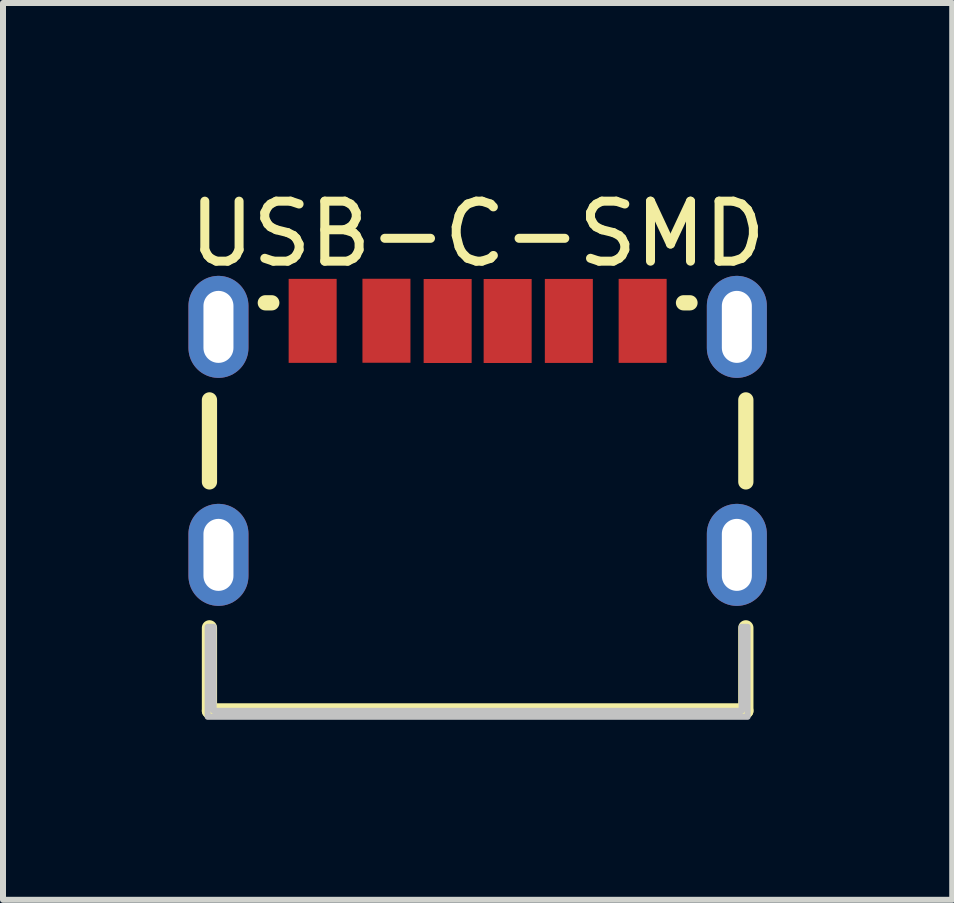
<source format=kicad_pcb>
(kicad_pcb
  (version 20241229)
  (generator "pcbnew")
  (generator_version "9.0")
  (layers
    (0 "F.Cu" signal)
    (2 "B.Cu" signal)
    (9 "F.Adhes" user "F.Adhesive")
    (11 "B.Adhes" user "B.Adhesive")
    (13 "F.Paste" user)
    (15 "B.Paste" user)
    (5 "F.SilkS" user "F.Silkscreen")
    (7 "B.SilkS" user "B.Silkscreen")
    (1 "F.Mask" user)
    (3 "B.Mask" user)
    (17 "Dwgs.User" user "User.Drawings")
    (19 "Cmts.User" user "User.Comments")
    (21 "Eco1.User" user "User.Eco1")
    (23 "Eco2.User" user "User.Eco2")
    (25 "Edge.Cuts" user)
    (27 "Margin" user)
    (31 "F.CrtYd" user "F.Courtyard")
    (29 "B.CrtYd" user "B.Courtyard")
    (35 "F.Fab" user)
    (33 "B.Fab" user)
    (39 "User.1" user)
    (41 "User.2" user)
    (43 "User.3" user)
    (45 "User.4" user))
  (footprint "USB-C-SMD"
    (layer "F.Cu")
    (at 4.911 4.247)
    (property "Reference" "USB-C-SMD" (at 0 -3.399 0) (layer "F.SilkS") (effects (font (size 1 1) (thickness 0.15))))
    (fp_line (start -4.47 0.735) (end -4.47 -0.632) (stroke (width 0.254) (type default)) (layer "F.SilkS"))
    (fp_line (start -4.47 4.551) (end -4.47 3.167) (stroke (width 0.254) (type default)) (layer "F.SilkS"))
    (fp_line (start -3.539 -2.25) (end -3.431 -2.25) (stroke (width 0.254) (type default)) (layer "F.SilkS"))
    (fp_line (start 3.431 -2.25) (end 3.539 -2.25) (stroke (width 0.254) (type default)) (layer "F.SilkS"))
    (fp_line (start 4.47 0.735) (end 4.47 -0.632) (stroke (width 0.254) (type default)) (layer "F.SilkS"))
    (fp_line (start 4.47 4.551) (end -4.47 4.551) (stroke (width 0.254) (type default)) (layer "F.SilkS"))
    (fp_line (start 4.47 4.551) (end 4.47 3.167) (stroke (width 0.254) (type default)) (layer "F.SilkS"))
    (fp_poly (pts (xy -3.15 -2.649) (xy -3.15 -1.249) (xy -2.35 -1.249) (xy -2.35 -2.649)) (stroke (width 0) (type default)) (fill yes) (layer "F.Paste"))
    (fp_poly (pts (xy -1.12 -1.251) (xy -1.12 -2.651) (xy -1.92 -2.651) (xy -1.92 -1.251)) (stroke (width 0) (type default)) (fill yes) (layer "F.Paste"))
    (fp_poly (pts (xy -0.1 -1.247) (xy -0.1 -2.647) (xy -0.9 -2.647) (xy -0.9 -1.247)) (stroke (width 0) (type default)) (fill yes) (layer "F.Paste"))
    (fp_poly (pts (xy 0.9 -1.247) (xy 0.9 -2.647) (xy 0.1 -2.647) (xy 0.1 -1.247)) (stroke (width 0) (type default)) (fill yes) (layer "F.Paste"))
    (fp_poly (pts (xy 1.12 -2.648) (xy 1.12 -1.248) (xy 1.92 -1.248) (xy 1.92 -2.648)) (stroke (width 0) (type default)) (fill yes) (layer "F.Paste"))
    (fp_poly (pts (xy 3.15 -1.249) (xy 3.15 -2.649) (xy 2.35 -2.649) (xy 2.35 -1.249)) (stroke (width 0) (type default)) (fill yes) (layer "F.Paste"))
    (fp_poly (pts (xy -4.332 -2.699) (xy -4.357 -2.698) (xy -4.382 -2.696) (xy -4.407 -2.692) (xy -4.431 -2.687) (xy -4.455 -2.68) (xy -4.479 -2.673) (xy -4.503 -2.664) (xy -4.526 -2.655) (xy -4.548 -2.644) (xy -4.57 -2.632) (xy -4.591 -2.619) (xy -4.612 -2.605) (xy -4.632 -2.59) (xy -4.651 -2.574) (xy -4.669 -2.557) (xy -4.686 -2.539) (xy -4.703 -2.521) (xy -4.718 -2.501) (xy -4.733 -2.481) (xy -4.747 -2.46) (xy -4.759 -2.438) (xy -4.771 -2.416) (xy -4.781 -2.393) (xy -4.79 -2.37) (xy -4.798 -2.346) (xy -4.804 -2.322) (xy -4.81 -2.298) (xy -4.814 -2.273) (xy -4.817 -2.249) (xy -4.819 -2.224) (xy -4.82 -2.199) (xy -4.82 -1.499) (xy -4.819 -1.474) (xy -4.817 -1.45) (xy -4.814 -1.425) (xy -4.81 -1.4) (xy -4.804 -1.376) (xy -4.798 -1.352) (xy -4.79 -1.328) (xy -4.781 -1.305) (xy -4.771 -1.282) (xy -4.759 -1.26) (xy -4.747 -1.238) (xy -4.733 -1.218) (xy -4.718 -1.198) (xy -4.703 -1.178) (xy -4.686 -1.159) (xy -4.669 -1.141) (xy -4.651 -1.125) (xy -4.632 -1.109) (xy -4.612 -1.093) (xy -4.591 -1.079) (xy -4.57 -1.066) (xy -4.548 -1.054) (xy -4.526 -1.044) (xy -4.503 -1.034) (xy -4.479 -1.025) (xy -4.455 -1.018) (xy -4.431 -1.012) (xy -4.407 -1.007) (xy -4.382 -1.003) (xy -4.357 -1) (xy -4.332 -1) (xy -4.308 -1) (xy -4.282 -1) (xy -4.258 -1.003) (xy -4.233 -1.007) (xy -4.209 -1.012) (xy -4.184 -1.018) (xy -4.161 -1.025) (xy -4.138 -1.034) (xy -4.114 -1.044) (xy -4.092 -1.054) (xy -4.07 -1.066) (xy -4.049 -1.079) (xy -4.028 -1.093) (xy -4.008 -1.109) (xy -3.989 -1.125) (xy -3.971 -1.141) (xy -3.954 -1.159) (xy -3.937 -1.178) (xy -3.921 -1.198) (xy -3.907 -1.218) (xy -3.893 -1.238) (xy -3.881 -1.26) (xy -3.869 -1.282) (xy -3.86 -1.305) (xy -3.85 -1.328) (xy -3.842 -1.352) (xy -3.836 -1.376) (xy -3.83 -1.4) (xy -3.825 -1.425) (xy -3.822 -1.45) (xy -3.821 -1.474) (xy -3.82 -1.499) (xy -3.82 -2.199) (xy -3.821 -2.224) (xy -3.822 -2.249) (xy -3.825 -2.273) (xy -3.83 -2.298) (xy -3.836 -2.322) (xy -3.842 -2.346) (xy -3.85 -2.37) (xy -3.86 -2.393) (xy -3.869 -2.416) (xy -3.881 -2.438) (xy -3.893 -2.46) (xy -3.907 -2.481) (xy -3.921 -2.501) (xy -3.937 -2.521) (xy -3.954 -2.539) (xy -3.971 -2.557) (xy -3.989 -2.574) (xy -4.008 -2.59) (xy -4.028 -2.605) (xy -4.049 -2.619) (xy -4.07 -2.632) (xy -4.092 -2.644) (xy -4.114 -2.655) (xy -4.138 -2.664) (xy -4.161 -2.673) (xy -4.184 -2.68) (xy -4.209 -2.687) (xy -4.233 -2.692) (xy -4.258 -2.696) (xy -4.282 -2.698) (xy -4.308 -2.699)) (stroke (width 0) (type default)) (fill yes) (layer "F.Paste"))
    (fp_poly (pts (xy -4.332 1.101) (xy -4.357 1.103) (xy -4.382 1.105) (xy -4.407 1.109) (xy -4.431 1.113) (xy -4.455 1.119) (xy -4.479 1.127) (xy -4.503 1.135) (xy -4.526 1.145) (xy -4.548 1.156) (xy -4.57 1.168) (xy -4.591 1.181) (xy -4.612 1.195) (xy -4.632 1.21) (xy -4.651 1.226) (xy -4.669 1.243) (xy -4.686 1.261) (xy -4.703 1.28) (xy -4.718 1.299) (xy -4.733 1.319) (xy -4.747 1.34) (xy -4.759 1.362) (xy -4.771 1.384) (xy -4.781 1.407) (xy -4.79 1.43) (xy -4.798 1.454) (xy -4.804 1.478) (xy -4.81 1.502) (xy -4.814 1.526) (xy -4.817 1.551) (xy -4.819 1.576) (xy -4.82 1.601) (xy -4.82 2.301) (xy -4.819 2.326) (xy -4.817 2.35) (xy -4.814 2.376) (xy -4.81 2.4) (xy -4.804 2.425) (xy -4.798 2.449) (xy -4.79 2.472) (xy -4.781 2.495) (xy -4.771 2.518) (xy -4.759 2.54) (xy -4.747 2.562) (xy -4.733 2.583) (xy -4.718 2.603) (xy -4.703 2.623) (xy -4.686 2.641) (xy -4.669 2.659) (xy -4.651 2.676) (xy -4.632 2.692) (xy -4.612 2.707) (xy -4.591 2.721) (xy -4.57 2.734) (xy -4.548 2.746) (xy -4.526 2.756) (xy -4.503 2.767) (xy -4.479 2.775) (xy -4.455 2.782) (xy -4.431 2.788) (xy -4.407 2.793) (xy -4.382 2.797) (xy -4.357 2.8) (xy -4.332 2.801) (xy -4.308 2.801) (xy -4.282 2.8) (xy -4.258 2.797) (xy -4.233 2.793) (xy -4.209 2.788) (xy -4.184 2.782) (xy -4.161 2.775) (xy -4.138 2.767) (xy -4.114 2.756) (xy -4.092 2.746) (xy -4.07 2.734) (xy -4.049 2.721) (xy -4.028 2.707) (xy -4.008 2.692) (xy -3.989 2.676) (xy -3.971 2.659) (xy -3.954 2.641) (xy -3.937 2.623) (xy -3.921 2.603) (xy -3.907 2.583) (xy -3.893 2.562) (xy -3.881 2.54) (xy -3.869 2.518) (xy -3.86 2.495) (xy -3.85 2.472) (xy -3.842 2.449) (xy -3.836 2.425) (xy -3.83 2.4) (xy -3.825 2.376) (xy -3.822 2.35) (xy -3.821 2.326) (xy -3.82 2.301) (xy -3.82 1.601) (xy -3.821 1.576) (xy -3.822 1.551) (xy -3.825 1.526) (xy -3.83 1.502) (xy -3.836 1.478) (xy -3.842 1.454) (xy -3.85 1.43) (xy -3.86 1.407) (xy -3.869 1.384) (xy -3.881 1.362) (xy -3.893 1.34) (xy -3.907 1.319) (xy -3.921 1.299) (xy -3.937 1.28) (xy -3.954 1.261) (xy -3.971 1.243) (xy -3.989 1.226) (xy -4.008 1.21) (xy -4.028 1.195) (xy -4.049 1.181) (xy -4.07 1.168) (xy -4.092 1.156) (xy -4.114 1.145) (xy -4.138 1.135) (xy -4.161 1.127) (xy -4.184 1.119) (xy -4.209 1.113) (xy -4.233 1.109) (xy -4.258 1.105) (xy -4.282 1.103) (xy -4.308 1.101)) (stroke (width 0) (type default)) (fill yes) (layer "F.Paste"))
    (fp_poly (pts (xy 4.308 1.101) (xy 4.282 1.103) (xy 4.258 1.105) (xy 4.233 1.109) (xy 4.209 1.113) (xy 4.184 1.119) (xy 4.161 1.127) (xy 4.138 1.135) (xy 4.114 1.145) (xy 4.092 1.156) (xy 4.07 1.168) (xy 4.049 1.181) (xy 4.028 1.195) (xy 4.008 1.21) (xy 3.989 1.226) (xy 3.971 1.243) (xy 3.954 1.261) (xy 3.937 1.28) (xy 3.921 1.299) (xy 3.907 1.319) (xy 3.893 1.34) (xy 3.881 1.362) (xy 3.869 1.384) (xy 3.86 1.407) (xy 3.85 1.43) (xy 3.842 1.454) (xy 3.836 1.478) (xy 3.83 1.502) (xy 3.825 1.526) (xy 3.822 1.551) (xy 3.821 1.576) (xy 3.82 1.601) (xy 3.82 2.301) (xy 3.821 2.326) (xy 3.822 2.35) (xy 3.825 2.376) (xy 3.83 2.4) (xy 3.836 2.425) (xy 3.842 2.449) (xy 3.85 2.472) (xy 3.86 2.495) (xy 3.869 2.518) (xy 3.881 2.54) (xy 3.893 2.562) (xy 3.907 2.583) (xy 3.921 2.603) (xy 3.937 2.623) (xy 3.954 2.641) (xy 3.971 2.659) (xy 3.989 2.676) (xy 4.008 2.692) (xy 4.028 2.707) (xy 4.049 2.721) (xy 4.07 2.734) (xy 4.092 2.746) (xy 4.114 2.756) (xy 4.138 2.767) (xy 4.161 2.775) (xy 4.184 2.782) (xy 4.209 2.788) (xy 4.233 2.793) (xy 4.258 2.797) (xy 4.282 2.8) (xy 4.308 2.801) (xy 4.332 2.801) (xy 4.357 2.8) (xy 4.382 2.797) (xy 4.407 2.793) (xy 4.431 2.788) (xy 4.455 2.782) (xy 4.479 2.775) (xy 4.503 2.767) (xy 4.526 2.756) (xy 4.548 2.746) (xy 4.57 2.734) (xy 4.591 2.721) (xy 4.612 2.707) (xy 4.632 2.692) (xy 4.651 2.676) (xy 4.669 2.659) (xy 4.686 2.641) (xy 4.703 2.623) (xy 4.718 2.603) (xy 4.733 2.583) (xy 4.747 2.562) (xy 4.759 2.54) (xy 4.771 2.518) (xy 4.781 2.495) (xy 4.79 2.472) (xy 4.798 2.449) (xy 4.804 2.425) (xy 4.81 2.4) (xy 4.814 2.376) (xy 4.817 2.35) (xy 4.819 2.326) (xy 4.82 2.301) (xy 4.82 1.601) (xy 4.819 1.576) (xy 4.817 1.551) (xy 4.814 1.526) (xy 4.81 1.502) (xy 4.804 1.478) (xy 4.798 1.454) (xy 4.79 1.43) (xy 4.781 1.407) (xy 4.771 1.384) (xy 4.759 1.362) (xy 4.747 1.34) (xy 4.733 1.319) (xy 4.718 1.299) (xy 4.703 1.28) (xy 4.686 1.261) (xy 4.669 1.243) (xy 4.651 1.226) (xy 4.632 1.21) (xy 4.612 1.195) (xy 4.591 1.181) (xy 4.57 1.168) (xy 4.548 1.156) (xy 4.526 1.145) (xy 4.503 1.135) (xy 4.479 1.127) (xy 4.455 1.119) (xy 4.431 1.113) (xy 4.407 1.109) (xy 4.382 1.105) (xy 4.357 1.103) (xy 4.332 1.101)) (stroke (width 0) (type default)) (fill yes) (layer "F.Paste"))
    (fp_poly (pts (xy 4.357 -2.698) (xy 4.332 -2.699) (xy 4.308 -2.699) (xy 4.282 -2.698) (xy 4.258 -2.696) (xy 4.233 -2.692) (xy 4.209 -2.687) (xy 4.184 -2.68) (xy 4.161 -2.673) (xy 4.138 -2.664) (xy 4.114 -2.655) (xy 4.092 -2.644) (xy 4.07 -2.632) (xy 4.049 -2.619) (xy 4.028 -2.605) (xy 4.008 -2.59) (xy 3.989 -2.574) (xy 3.971 -2.557) (xy 3.954 -2.539) (xy 3.937 -2.521) (xy 3.921 -2.501) (xy 3.907 -2.481) (xy 3.893 -2.46) (xy 3.881 -2.438) (xy 3.869 -2.416) (xy 3.86 -2.393) (xy 3.85 -2.37) (xy 3.842 -2.346) (xy 3.836 -2.322) (xy 3.83 -2.298) (xy 3.825 -2.273) (xy 3.822 -2.249) (xy 3.821 -2.224) (xy 3.82 -2.199) (xy 3.82 -1.499) (xy 3.821 -1.474) (xy 3.822 -1.45) (xy 3.825 -1.425) (xy 3.83 -1.4) (xy 3.836 -1.376) (xy 3.842 -1.352) (xy 3.85 -1.328) (xy 3.86 -1.305) (xy 3.869 -1.282) (xy 3.881 -1.26) (xy 3.893 -1.238) (xy 3.907 -1.218) (xy 3.921 -1.198) (xy 3.937 -1.178) (xy 3.954 -1.159) (xy 3.971 -1.141) (xy 3.989 -1.125) (xy 4.008 -1.109) (xy 4.028 -1.093) (xy 4.049 -1.079) (xy 4.07 -1.066) (xy 4.092 -1.054) (xy 4.114 -1.044) (xy 4.138 -1.034) (xy 4.161 -1.025) (xy 4.184 -1.018) (xy 4.209 -1.012) (xy 4.233 -1.007) (xy 4.258 -1.003) (xy 4.282 -1) (xy 4.308 -1) (xy 4.332 -1) (xy 4.357 -1) (xy 4.382 -1.003) (xy 4.407 -1.007) (xy 4.431 -1.012) (xy 4.455 -1.018) (xy 4.479 -1.025) (xy 4.503 -1.034) (xy 4.526 -1.044) (xy 4.548 -1.054) (xy 4.57 -1.066) (xy 4.591 -1.079) (xy 4.612 -1.093) (xy 4.632 -1.109) (xy 4.651 -1.125) (xy 4.669 -1.141) (xy 4.686 -1.159) (xy 4.703 -1.178) (xy 4.718 -1.198) (xy 4.733 -1.218) (xy 4.747 -1.238) (xy 4.759 -1.26) (xy 4.771 -1.282) (xy 4.781 -1.305) (xy 4.79 -1.328) (xy 4.798 -1.352) (xy 4.804 -1.376) (xy 4.81 -1.4) (xy 4.814 -1.425) (xy 4.817 -1.45) (xy 4.819 -1.474) (xy 4.82 -1.499) (xy 4.82 -2.199) (xy 4.819 -2.224) (xy 4.817 -2.249) (xy 4.814 -2.273) (xy 4.81 -2.298) (xy 4.804 -2.322) (xy 4.798 -2.346) (xy 4.79 -2.37) (xy 4.781 -2.393) (xy 4.771 -2.416) (xy 4.759 -2.438) (xy 4.747 -2.46) (xy 4.733 -2.481) (xy 4.718 -2.501) (xy 4.703 -2.521) (xy 4.686 -2.539) (xy 4.669 -2.557) (xy 4.651 -2.574) (xy 4.632 -2.59) (xy 4.612 -2.605) (xy 4.591 -2.619) (xy 4.57 -2.632) (xy 4.548 -2.644) (xy 4.526 -2.655) (xy 4.503 -2.664) (xy 4.479 -2.673) (xy 4.455 -2.68) (xy 4.431 -2.687) (xy 4.407 -2.692) (xy 4.382 -2.696)) (stroke (width 0) (type default)) (fill yes) (layer "F.Paste"))
    (fp_poly (pts (xy -4.5 4.65) (xy -4.5 3.19) (xy -4.5 3.15) (xy -4.4 3.15) (xy -4.4 4.55) (xy 4.4 4.55) (xy 4.4 3.15) (xy 4.5 3.15) (xy 4.5 4.65)) (stroke (width 0.1) (type default)) (fill no) (layer "Dwgs.User"))
    (fp_poly (pts (xy -4.47 -2.249) (xy -4.17 -2.249) (xy -4.17 -1.449) (xy -4.47 -1.449)) (stroke (width 0.1) (type default)) (fill no) (layer "User.1"))
    (fp_poly (pts (xy -4.47 1.551) (xy -4.17 1.551) (xy -4.17 2.351) (xy -4.47 2.351)) (stroke (width 0.1) (type default)) (fill no) (layer "User.1"))
    (fp_poly (pts (xy -3.05 -2.449) (xy -2.45 -2.449) (xy -2.45 -1.449) (xy -3.05 -1.449)) (stroke (width 0.1) (type default)) (fill no) (layer "User.1"))
    (fp_poly (pts (xy -1.8 -2.451) (xy -1.24 -2.451) (xy -1.24 -1.451) (xy -1.8 -1.451)) (stroke (width 0.1) (type default)) (fill no) (layer "User.1"))
    (fp_poly (pts (xy -0.76 -2.447) (xy -0.24 -2.447) (xy -0.24 -1.447) (xy -0.76 -1.447)) (stroke (width 0.1) (type default)) (fill no) (layer "User.1"))
    (fp_poly (pts (xy 0.24 -2.447) (xy 0.76 -2.447) (xy 0.76 -1.447) (xy 0.24 -1.447)) (stroke (width 0.1) (type default)) (fill no) (layer "User.1"))
    (fp_poly (pts (xy 1.24 -2.449) (xy 1.8 -2.449) (xy 1.8 -1.448) (xy 1.24 -1.448)) (stroke (width 0.1) (type default)) (fill no) (layer "User.1"))
    (fp_poly (pts (xy 2.45 -2.449) (xy 3.05 -2.449) (xy 3.05 -1.449) (xy 2.45 -1.449)) (stroke (width 0.1) (type default)) (fill no) (layer "User.1"))
    (fp_poly (pts (xy 4.17 -2.249) (xy 4.47 -2.249) (xy 4.47 -1.449) (xy 4.17 -1.449)) (stroke (width 0.1) (type default)) (fill no) (layer "User.1"))
    (fp_poly (pts (xy 4.17 1.551) (xy 4.47 1.551) (xy 4.47 2.351) (xy 4.17 2.351)) (stroke (width 0.1) (type default)) (fill no) (layer "User.1"))
    (fp_line (start -4.47 -2.249) (end 4.47 -2.249) (stroke (width 0.051) (type default)) (layer "User.2"))
    (fp_line (start -4.47 4.551) (end -4.47 -2.249) (stroke (width 0.051) (type default)) (layer "User.2"))
    (fp_line (start 4.47 -2.249) (end 4.47 4.551) (stroke (width 0.051) (type default)) (layer "User.2"))
    (fp_line (start 4.47 4.551) (end -4.47 4.551) (stroke (width 0.051) (type default)) (layer "User.2"))
    (fp_poly (pts (xy -4.415 -2.474) (xy -4.447 -2.506) (xy -4.493 -2.506) (xy -4.525 -2.474) (xy -4.525 -2.428) (xy -4.493 -2.396) (xy -4.447 -2.396) (xy -4.415 -2.428)) (stroke (width 0.1) (type default)) (fill no) (layer "User.3"))
    (pad "1" thru_hole oval (at -4.32 -1.849) (size 1 1.7) (drill oval 0.5 1.2) (layers "*.Cu" "*.Mask"))
    (pad "2" thru_hole oval (at -4.32 1.951) (size 1 1.7) (drill oval 0.5 1.2) (layers "*.Cu" "*.Mask"))
    (pad "3" thru_hole oval (at 4.32 1.951) (size 1 1.7) (drill oval 0.5 1.2) (layers "*.Cu" "*.Mask"))
    (pad "4" thru_hole oval (at 4.32 -1.849) (size 1 1.7) (drill oval 0.5 1.2) (layers "*.Cu" "*.Mask"))
    (pad "A5" smd rect (at -0.5 -1.947) (size 0.8 1.4) (layers "F.Cu" "F.Mask" "F.Paste"))
    (pad "A9" smd rect (at 1.52 -1.948) (size 0.8 1.4) (layers "F.Cu" "F.Mask" "F.Paste"))
    (pad "A12" smd rect (at 2.75 -1.949) (size 0.8 1.4) (layers "F.Cu" "F.Mask" "F.Paste"))
    (pad "B5" smd rect (at 0.5 -1.947) (size 0.8 1.4) (layers "F.Cu" "F.Mask" "F.Paste"))
    (pad "B9" smd rect (at -1.52 -1.951) (size 0.8 1.4) (layers "F.Cu" "F.Mask" "F.Paste"))
    (pad "B12" smd rect (at -2.75 -1.949) (size 0.8 1.4) (layers "F.Cu" "F.Mask" "F.Paste")))
  (gr_rect
    (start -3 -3)
    (end 12.821 11.947)
    (stroke (width 0.1) (type default))
    (fill no)
    (layer "Edge.Cuts")))
</source>
